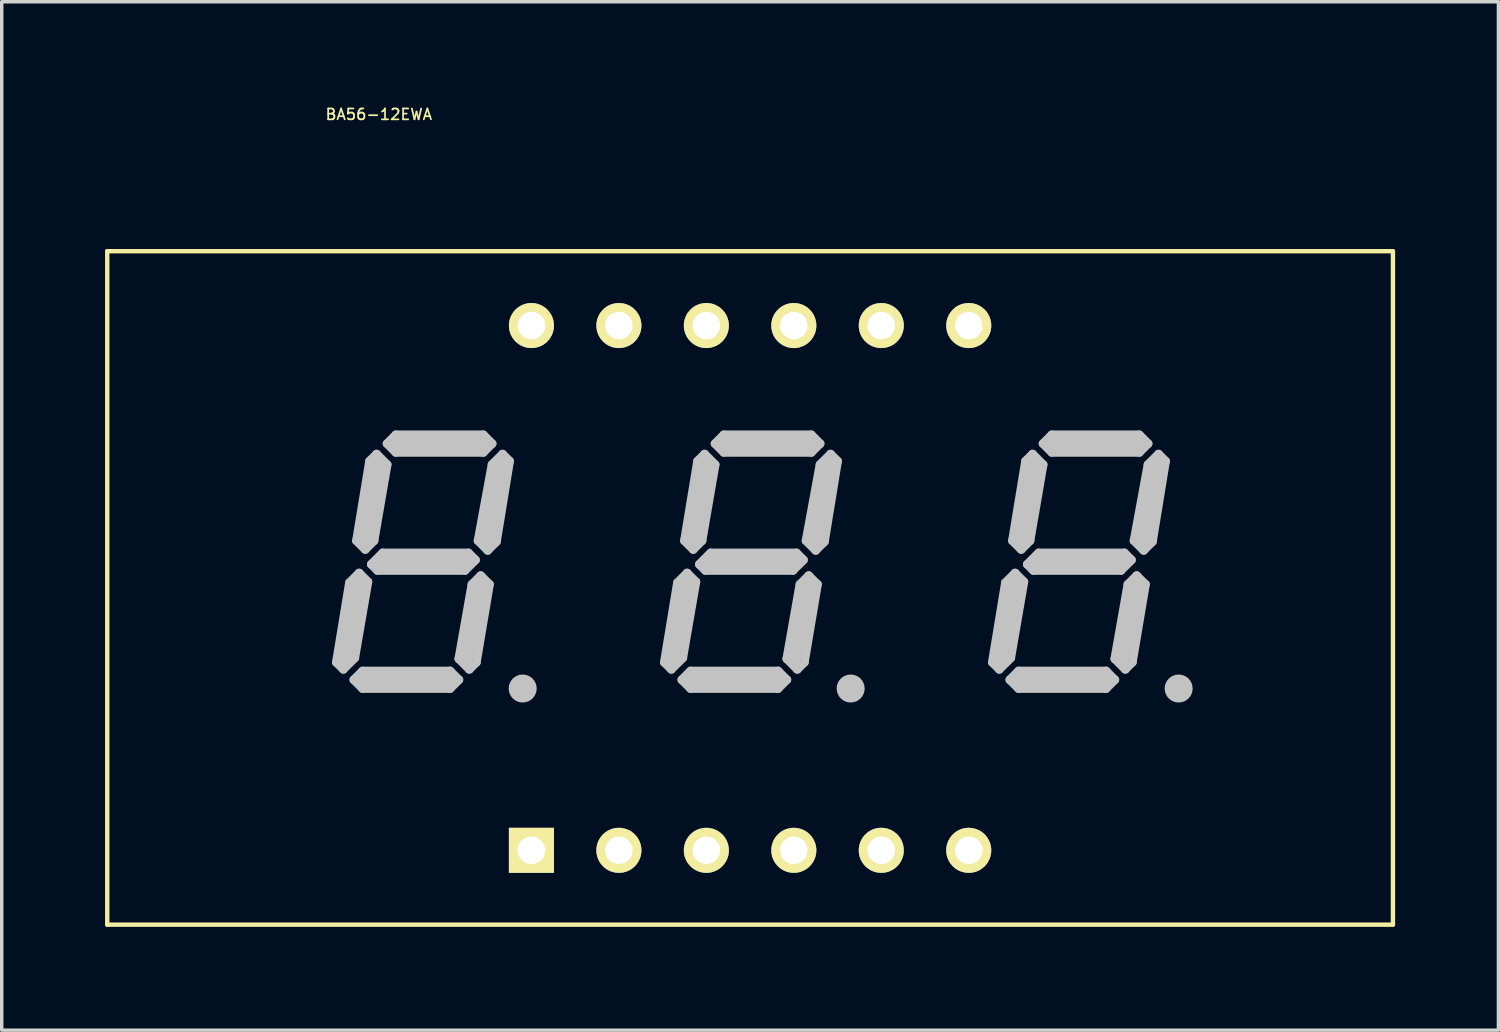
<source format=kicad_pcb>
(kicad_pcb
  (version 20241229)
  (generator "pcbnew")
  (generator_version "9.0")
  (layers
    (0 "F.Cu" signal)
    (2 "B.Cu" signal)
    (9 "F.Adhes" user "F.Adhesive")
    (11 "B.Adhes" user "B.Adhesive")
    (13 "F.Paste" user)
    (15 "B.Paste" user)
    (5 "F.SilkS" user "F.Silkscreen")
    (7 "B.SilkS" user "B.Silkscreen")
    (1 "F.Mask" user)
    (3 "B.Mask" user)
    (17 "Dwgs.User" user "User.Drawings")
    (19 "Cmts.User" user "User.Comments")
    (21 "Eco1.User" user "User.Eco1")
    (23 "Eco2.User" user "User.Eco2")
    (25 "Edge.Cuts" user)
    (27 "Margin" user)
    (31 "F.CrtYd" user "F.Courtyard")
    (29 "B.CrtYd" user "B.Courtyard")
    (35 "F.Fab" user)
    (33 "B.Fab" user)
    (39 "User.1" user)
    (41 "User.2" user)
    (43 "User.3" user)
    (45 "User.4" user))
  (footprint "BA56-12EWA"
    (layer "F.Cu")
    (at 18.733 14.024)
    (property "Reference" "BA56-12EWA" (at -10.782 -13.752 0) (layer "F.SilkS") (effects (font (size 0.315 0.315) (thickness 0.05))))
    (attr through_hole)
    (fp_line (start -18.669 -9.779) (end 18.669 -9.779) (stroke (width 0.127) (type solid)) (layer "F.SilkS"))
    (fp_line (start -18.669 9.779) (end -18.669 -9.779) (stroke (width 0.127) (type solid)) (layer "F.SilkS"))
    (fp_line (start 18.669 -9.779) (end 18.669 9.779) (stroke (width 0.127) (type solid)) (layer "F.SilkS"))
    (fp_line (start 18.669 9.779) (end -18.669 9.779) (stroke (width 0.127) (type solid)) (layer "F.SilkS"))
    (fp_line (start -12.014 2.159) (end -11.811 2.362) (stroke (width 0.254) (type solid)) (layer "Dwgs.User"))
    (fp_line (start -11.811 2.159) (end -11.43 -0.127) (stroke (width 0.406) (type solid)) (layer "Dwgs.User"))
    (fp_line (start -11.811 2.362) (end -11.481 2.032) (stroke (width 0.254) (type solid)) (layer "Dwgs.User"))
    (fp_line (start -11.633 -0.152) (end -12.014 2.159) (stroke (width 0.254) (type solid)) (layer "Dwgs.User"))
    (fp_line (start -11.506 2.667) (end -11.252 2.413) (stroke (width 0.254) (type solid)) (layer "Dwgs.User"))
    (fp_line (start -11.481 2.032) (end -11.1 -0.178) (stroke (width 0.254) (type solid)) (layer "Dwgs.User"))
    (fp_line (start -11.43 -1.372) (end -11.049 -3.683) (stroke (width 0.254) (type solid)) (layer "Dwgs.User"))
    (fp_line (start -11.354 -0.432) (end -11.633 -0.152) (stroke (width 0.254) (type solid)) (layer "Dwgs.User"))
    (fp_line (start -11.354 -0.432) (end -11.1 -0.178) (stroke (width 0.254) (type solid)) (layer "Dwgs.User"))
    (fp_line (start -11.252 2.413) (end -8.712 2.413) (stroke (width 0.254) (type solid)) (layer "Dwgs.User"))
    (fp_line (start -11.252 2.921) (end -11.506 2.667) (stroke (width 0.254) (type solid)) (layer "Dwgs.User"))
    (fp_line (start -11.176 -1.118) (end -11.43 -1.372) (stroke (width 0.254) (type solid)) (layer "Dwgs.User"))
    (fp_line (start -11.049 -3.683) (end -10.846 -3.886) (stroke (width 0.254) (type solid)) (layer "Dwgs.User"))
    (fp_line (start -10.998 -0.686) (end -10.668 -1.016) (stroke (width 0.254) (type solid)) (layer "Dwgs.User"))
    (fp_line (start -10.922 -1.372) (end -11.176 -1.118) (stroke (width 0.254) (type solid)) (layer "Dwgs.User"))
    (fp_line (start -10.846 -3.886) (end -10.541 -3.581) (stroke (width 0.254) (type solid)) (layer "Dwgs.User"))
    (fp_line (start -10.82 -0.508) (end -10.998 -0.686) (stroke (width 0.254) (type solid)) (layer "Dwgs.User"))
    (fp_line (start -10.795 -3.556) (end -11.176 -1.397) (stroke (width 0.406) (type solid)) (layer "Dwgs.User"))
    (fp_line (start -10.795 -0.762) (end -8.255 -0.762) (stroke (width 0.406) (type solid)) (layer "Dwgs.User"))
    (fp_line (start -10.668 -1.016) (end -8.179 -1.016) (stroke (width 0.254) (type solid)) (layer "Dwgs.User"))
    (fp_line (start -10.541 -4.191) (end -10.287 -4.445) (stroke (width 0.254) (type solid)) (layer "Dwgs.User"))
    (fp_line (start -10.541 -3.581) (end -10.922 -1.372) (stroke (width 0.254) (type solid)) (layer "Dwgs.User"))
    (fp_line (start -10.287 -4.445) (end -7.747 -4.445) (stroke (width 0.254) (type solid)) (layer "Dwgs.User"))
    (fp_line (start -10.287 -3.937) (end -10.541 -4.191) (stroke (width 0.254) (type solid)) (layer "Dwgs.User"))
    (fp_line (start -8.763 2.667) (end -11.176 2.667) (stroke (width 0.406) (type solid)) (layer "Dwgs.User"))
    (fp_line (start -8.712 2.413) (end -8.458 2.667) (stroke (width 0.254) (type solid)) (layer "Dwgs.User"))
    (fp_line (start -8.712 2.921) (end -11.252 2.921) (stroke (width 0.254) (type solid)) (layer "Dwgs.User"))
    (fp_line (start -8.458 2.057) (end -8.153 2.362) (stroke (width 0.254) (type solid)) (layer "Dwgs.User"))
    (fp_line (start -8.458 2.667) (end -8.712 2.921) (stroke (width 0.254) (type solid)) (layer "Dwgs.User"))
    (fp_line (start -8.28 -0.508) (end -10.82 -0.508) (stroke (width 0.254) (type solid)) (layer "Dwgs.User"))
    (fp_line (start -8.179 -1.016) (end -7.976 -0.813) (stroke (width 0.254) (type solid)) (layer "Dwgs.User"))
    (fp_line (start -8.153 2.362) (end -7.95 2.159) (stroke (width 0.254) (type solid)) (layer "Dwgs.User"))
    (fp_line (start -8.077 -0.102) (end -8.458 2.057) (stroke (width 0.254) (type solid)) (layer "Dwgs.User"))
    (fp_line (start -7.976 -0.813) (end -8.28 -0.508) (stroke (width 0.254) (type solid)) (layer "Dwgs.User"))
    (fp_line (start -7.95 2.159) (end -7.569 -0.102) (stroke (width 0.254) (type solid)) (layer "Dwgs.User"))
    (fp_line (start -7.899 -1.372) (end -7.62 -1.092) (stroke (width 0.254) (type solid)) (layer "Dwgs.User"))
    (fp_line (start -7.874 0) (end -8.255 2.032) (stroke (width 0.406) (type solid)) (layer "Dwgs.User"))
    (fp_line (start -7.823 -0.356) (end -8.077 -0.102) (stroke (width 0.254) (type solid)) (layer "Dwgs.User"))
    (fp_line (start -7.747 -4.445) (end -7.493 -4.191) (stroke (width 0.254) (type solid)) (layer "Dwgs.User"))
    (fp_line (start -7.747 -4.191) (end -10.287 -4.191) (stroke (width 0.406) (type solid)) (layer "Dwgs.User"))
    (fp_line (start -7.747 -3.937) (end -10.287 -3.937) (stroke (width 0.254) (type solid)) (layer "Dwgs.User"))
    (fp_line (start -7.62 -1.092) (end -7.366 -1.346) (stroke (width 0.254) (type solid)) (layer "Dwgs.User"))
    (fp_line (start -7.569 -0.102) (end -7.823 -0.356) (stroke (width 0.254) (type solid)) (layer "Dwgs.User"))
    (fp_line (start -7.493 -4.191) (end -7.747 -3.937) (stroke (width 0.254) (type solid)) (layer "Dwgs.User"))
    (fp_line (start -7.493 -3.581) (end -7.899 -1.372) (stroke (width 0.254) (type solid)) (layer "Dwgs.User"))
    (fp_line (start -7.366 -1.346) (end -6.985 -3.683) (stroke (width 0.254) (type solid)) (layer "Dwgs.User"))
    (fp_line (start -7.239 -3.556) (end -7.62 -1.397) (stroke (width 0.406) (type solid)) (layer "Dwgs.User"))
    (fp_line (start -7.188 -3.886) (end -7.493 -3.581) (stroke (width 0.254) (type solid)) (layer "Dwgs.User"))
    (fp_line (start -6.985 -3.683) (end -7.188 -3.886) (stroke (width 0.254) (type solid)) (layer "Dwgs.User"))
    (fp_line (start -6.731 2.921) (end -6.477 2.921) (stroke (width 0.305) (type solid)) (layer "Dwgs.User"))
    (fp_line (start -2.489 2.159) (end -2.286 2.362) (stroke (width 0.254) (type solid)) (layer "Dwgs.User"))
    (fp_line (start -2.286 2.159) (end -1.905 -0.127) (stroke (width 0.406) (type solid)) (layer "Dwgs.User"))
    (fp_line (start -2.286 2.362) (end -1.956 2.032) (stroke (width 0.254) (type solid)) (layer "Dwgs.User"))
    (fp_line (start -2.108 -0.152) (end -2.489 2.159) (stroke (width 0.254) (type solid)) (layer "Dwgs.User"))
    (fp_line (start -1.981 2.667) (end -1.727 2.413) (stroke (width 0.254) (type solid)) (layer "Dwgs.User"))
    (fp_line (start -1.956 2.032) (end -1.575 -0.178) (stroke (width 0.254) (type solid)) (layer "Dwgs.User"))
    (fp_line (start -1.905 -1.372) (end -1.524 -3.683) (stroke (width 0.254) (type solid)) (layer "Dwgs.User"))
    (fp_line (start -1.829 -0.432) (end -2.108 -0.152) (stroke (width 0.254) (type solid)) (layer "Dwgs.User"))
    (fp_line (start -1.829 -0.432) (end -1.575 -0.178) (stroke (width 0.254) (type solid)) (layer "Dwgs.User"))
    (fp_line (start -1.727 2.413) (end 0.813 2.413) (stroke (width 0.254) (type solid)) (layer "Dwgs.User"))
    (fp_line (start -1.727 2.921) (end -1.981 2.667) (stroke (width 0.254) (type solid)) (layer "Dwgs.User"))
    (fp_line (start -1.651 -1.118) (end -1.905 -1.372) (stroke (width 0.254) (type solid)) (layer "Dwgs.User"))
    (fp_line (start -1.524 -3.683) (end -1.321 -3.886) (stroke (width 0.254) (type solid)) (layer "Dwgs.User"))
    (fp_line (start -1.473 -0.686) (end -1.143 -1.016) (stroke (width 0.254) (type solid)) (layer "Dwgs.User"))
    (fp_line (start -1.397 -1.372) (end -1.651 -1.118) (stroke (width 0.254) (type solid)) (layer "Dwgs.User"))
    (fp_line (start -1.321 -3.886) (end -1.016 -3.581) (stroke (width 0.254) (type solid)) (layer "Dwgs.User"))
    (fp_line (start -1.295 -0.508) (end -1.473 -0.686) (stroke (width 0.254) (type solid)) (layer "Dwgs.User"))
    (fp_line (start -1.27 -3.556) (end -1.651 -1.397) (stroke (width 0.406) (type solid)) (layer "Dwgs.User"))
    (fp_line (start -1.27 -0.762) (end 1.27 -0.762) (stroke (width 0.406) (type solid)) (layer "Dwgs.User"))
    (fp_line (start -1.143 -1.016) (end 1.346 -1.016) (stroke (width 0.254) (type solid)) (layer "Dwgs.User"))
    (fp_line (start -1.016 -4.191) (end -0.762 -4.445) (stroke (width 0.254) (type solid)) (layer "Dwgs.User"))
    (fp_line (start -1.016 -3.581) (end -1.397 -1.372) (stroke (width 0.254) (type solid)) (layer "Dwgs.User"))
    (fp_line (start -0.762 -4.445) (end 1.778 -4.445) (stroke (width 0.254) (type solid)) (layer "Dwgs.User"))
    (fp_line (start -0.762 -3.937) (end -1.016 -4.191) (stroke (width 0.254) (type solid)) (layer "Dwgs.User"))
    (fp_line (start 0.762 2.667) (end -1.651 2.667) (stroke (width 0.406) (type solid)) (layer "Dwgs.User"))
    (fp_line (start 0.813 2.413) (end 1.067 2.667) (stroke (width 0.254) (type solid)) (layer "Dwgs.User"))
    (fp_line (start 0.813 2.921) (end -1.727 2.921) (stroke (width 0.254) (type solid)) (layer "Dwgs.User"))
    (fp_line (start 1.067 2.057) (end 1.372 2.362) (stroke (width 0.254) (type solid)) (layer "Dwgs.User"))
    (fp_line (start 1.067 2.667) (end 0.813 2.921) (stroke (width 0.254) (type solid)) (layer "Dwgs.User"))
    (fp_line (start 1.245 -0.508) (end -1.295 -0.508) (stroke (width 0.254) (type solid)) (layer "Dwgs.User"))
    (fp_line (start 1.346 -1.016) (end 1.549 -0.813) (stroke (width 0.254) (type solid)) (layer "Dwgs.User"))
    (fp_line (start 1.372 2.362) (end 1.575 2.159) (stroke (width 0.254) (type solid)) (layer "Dwgs.User"))
    (fp_line (start 1.448 -0.102) (end 1.067 2.057) (stroke (width 0.254) (type solid)) (layer "Dwgs.User"))
    (fp_line (start 1.549 -0.813) (end 1.245 -0.508) (stroke (width 0.254) (type solid)) (layer "Dwgs.User"))
    (fp_line (start 1.575 2.159) (end 1.956 -0.102) (stroke (width 0.254) (type solid)) (layer "Dwgs.User"))
    (fp_line (start 1.626 -1.372) (end 1.905 -1.092) (stroke (width 0.254) (type solid)) (layer "Dwgs.User"))
    (fp_line (start 1.651 0) (end 1.27 2.032) (stroke (width 0.406) (type solid)) (layer "Dwgs.User"))
    (fp_line (start 1.702 -0.356) (end 1.448 -0.102) (stroke (width 0.254) (type solid)) (layer "Dwgs.User"))
    (fp_line (start 1.778 -4.445) (end 2.032 -4.191) (stroke (width 0.254) (type solid)) (layer "Dwgs.User"))
    (fp_line (start 1.778 -4.191) (end -0.762 -4.191) (stroke (width 0.406) (type solid)) (layer "Dwgs.User"))
    (fp_line (start 1.778 -3.937) (end -0.762 -3.937) (stroke (width 0.254) (type solid)) (layer "Dwgs.User"))
    (fp_line (start 1.905 -1.092) (end 2.159 -1.346) (stroke (width 0.254) (type solid)) (layer "Dwgs.User"))
    (fp_line (start 1.956 -0.102) (end 1.702 -0.356) (stroke (width 0.254) (type solid)) (layer "Dwgs.User"))
    (fp_line (start 2.032 -4.191) (end 1.778 -3.937) (stroke (width 0.254) (type solid)) (layer "Dwgs.User"))
    (fp_line (start 2.032 -3.581) (end 1.626 -1.372) (stroke (width 0.254) (type solid)) (layer "Dwgs.User"))
    (fp_line (start 2.159 -1.346) (end 2.54 -3.683) (stroke (width 0.254) (type solid)) (layer "Dwgs.User"))
    (fp_line (start 2.286 -3.556) (end 1.905 -1.397) (stroke (width 0.406) (type solid)) (layer "Dwgs.User"))
    (fp_line (start 2.337 -3.886) (end 2.032 -3.581) (stroke (width 0.254) (type solid)) (layer "Dwgs.User"))
    (fp_line (start 2.54 -3.683) (end 2.337 -3.886) (stroke (width 0.254) (type solid)) (layer "Dwgs.User"))
    (fp_line (start 2.794 2.921) (end 3.048 2.921) (stroke (width 0.305) (type solid)) (layer "Dwgs.User"))
    (fp_line (start 7.036 2.159) (end 7.239 2.362) (stroke (width 0.254) (type solid)) (layer "Dwgs.User"))
    (fp_line (start 7.239 2.159) (end 7.62 -0.127) (stroke (width 0.406) (type solid)) (layer "Dwgs.User"))
    (fp_line (start 7.239 2.362) (end 7.569 2.032) (stroke (width 0.254) (type solid)) (layer "Dwgs.User"))
    (fp_line (start 7.417 -0.152) (end 7.036 2.159) (stroke (width 0.254) (type solid)) (layer "Dwgs.User"))
    (fp_line (start 7.544 2.667) (end 7.798 2.413) (stroke (width 0.254) (type solid)) (layer "Dwgs.User"))
    (fp_line (start 7.569 2.032) (end 7.95 -0.178) (stroke (width 0.254) (type solid)) (layer "Dwgs.User"))
    (fp_line (start 7.62 -1.372) (end 8.001 -3.683) (stroke (width 0.254) (type solid)) (layer "Dwgs.User"))
    (fp_line (start 7.696 -0.432) (end 7.417 -0.152) (stroke (width 0.254) (type solid)) (layer "Dwgs.User"))
    (fp_line (start 7.696 -0.432) (end 7.95 -0.178) (stroke (width 0.254) (type solid)) (layer "Dwgs.User"))
    (fp_line (start 7.798 2.413) (end 10.338 2.413) (stroke (width 0.254) (type solid)) (layer "Dwgs.User"))
    (fp_line (start 7.798 2.921) (end 7.544 2.667) (stroke (width 0.254) (type solid)) (layer "Dwgs.User"))
    (fp_line (start 7.874 -1.118) (end 7.62 -1.372) (stroke (width 0.254) (type solid)) (layer "Dwgs.User"))
    (fp_line (start 8.001 -3.683) (end 8.204 -3.886) (stroke (width 0.254) (type solid)) (layer "Dwgs.User"))
    (fp_line (start 8.052 -0.686) (end 8.382 -1.016) (stroke (width 0.254) (type solid)) (layer "Dwgs.User"))
    (fp_line (start 8.128 -1.372) (end 7.874 -1.118) (stroke (width 0.254) (type solid)) (layer "Dwgs.User"))
    (fp_line (start 8.204 -3.886) (end 8.509 -3.581) (stroke (width 0.254) (type solid)) (layer "Dwgs.User"))
    (fp_line (start 8.23 -0.508) (end 8.052 -0.686) (stroke (width 0.254) (type solid)) (layer "Dwgs.User"))
    (fp_line (start 8.255 -3.556) (end 7.874 -1.397) (stroke (width 0.406) (type solid)) (layer "Dwgs.User"))
    (fp_line (start 8.255 -0.762) (end 10.795 -0.762) (stroke (width 0.406) (type solid)) (layer "Dwgs.User"))
    (fp_line (start 8.382 -1.016) (end 10.871 -1.016) (stroke (width 0.254) (type solid)) (layer "Dwgs.User"))
    (fp_line (start 8.509 -4.191) (end 8.763 -4.445) (stroke (width 0.254) (type solid)) (layer "Dwgs.User"))
    (fp_line (start 8.509 -3.581) (end 8.128 -1.372) (stroke (width 0.254) (type solid)) (layer "Dwgs.User"))
    (fp_line (start 8.763 -4.445) (end 11.303 -4.445) (stroke (width 0.254) (type solid)) (layer "Dwgs.User"))
    (fp_line (start 8.763 -3.937) (end 8.509 -4.191) (stroke (width 0.254) (type solid)) (layer "Dwgs.User"))
    (fp_line (start 10.287 2.667) (end 7.874 2.667) (stroke (width 0.406) (type solid)) (layer "Dwgs.User"))
    (fp_line (start 10.338 2.413) (end 10.592 2.667) (stroke (width 0.254) (type solid)) (layer "Dwgs.User"))
    (fp_line (start 10.338 2.921) (end 7.798 2.921) (stroke (width 0.254) (type solid)) (layer "Dwgs.User"))
    (fp_line (start 10.592 2.057) (end 10.897 2.362) (stroke (width 0.254) (type solid)) (layer "Dwgs.User"))
    (fp_line (start 10.592 2.667) (end 10.338 2.921) (stroke (width 0.254) (type solid)) (layer "Dwgs.User"))
    (fp_line (start 10.77 -0.508) (end 8.23 -0.508) (stroke (width 0.254) (type solid)) (layer "Dwgs.User"))
    (fp_line (start 10.871 -1.016) (end 11.074 -0.813) (stroke (width 0.254) (type solid)) (layer "Dwgs.User"))
    (fp_line (start 10.897 2.362) (end 11.1 2.159) (stroke (width 0.254) (type solid)) (layer "Dwgs.User"))
    (fp_line (start 10.973 -0.102) (end 10.592 2.057) (stroke (width 0.254) (type solid)) (layer "Dwgs.User"))
    (fp_line (start 11.074 -0.813) (end 10.77 -0.508) (stroke (width 0.254) (type solid)) (layer "Dwgs.User"))
    (fp_line (start 11.1 2.159) (end 11.481 -0.102) (stroke (width 0.254) (type solid)) (layer "Dwgs.User"))
    (fp_line (start 11.151 -1.372) (end 11.43 -1.092) (stroke (width 0.254) (type solid)) (layer "Dwgs.User"))
    (fp_line (start 11.176 0) (end 10.795 2.032) (stroke (width 0.406) (type solid)) (layer "Dwgs.User"))
    (fp_line (start 11.227 -0.356) (end 10.973 -0.102) (stroke (width 0.254) (type solid)) (layer "Dwgs.User"))
    (fp_line (start 11.303 -4.445) (end 11.557 -4.191) (stroke (width 0.254) (type solid)) (layer "Dwgs.User"))
    (fp_line (start 11.303 -4.191) (end 8.763 -4.191) (stroke (width 0.406) (type solid)) (layer "Dwgs.User"))
    (fp_line (start 11.303 -3.937) (end 8.763 -3.937) (stroke (width 0.254) (type solid)) (layer "Dwgs.User"))
    (fp_line (start 11.43 -1.092) (end 11.684 -1.346) (stroke (width 0.254) (type solid)) (layer "Dwgs.User"))
    (fp_line (start 11.481 -0.102) (end 11.227 -0.356) (stroke (width 0.254) (type solid)) (layer "Dwgs.User"))
    (fp_line (start 11.557 -4.191) (end 11.303 -3.937) (stroke (width 0.254) (type solid)) (layer "Dwgs.User"))
    (fp_line (start 11.557 -3.581) (end 11.151 -1.372) (stroke (width 0.254) (type solid)) (layer "Dwgs.User"))
    (fp_line (start 11.684 -1.346) (end 12.065 -3.683) (stroke (width 0.254) (type solid)) (layer "Dwgs.User"))
    (fp_line (start 11.811 -3.556) (end 11.43 -1.397) (stroke (width 0.406) (type solid)) (layer "Dwgs.User"))
    (fp_line (start 11.862 -3.886) (end 11.557 -3.581) (stroke (width 0.254) (type solid)) (layer "Dwgs.User"))
    (fp_line (start 12.065 -3.683) (end 11.862 -3.886) (stroke (width 0.254) (type solid)) (layer "Dwgs.User"))
    (fp_line (start 12.319 2.921) (end 12.573 2.921) (stroke (width 0.305) (type solid)) (layer "Dwgs.User"))
    (fp_circle (center -6.604 2.921) (end -6.35 2.921) (stroke (width 0.305) (type solid)) (fill no) (layer "Dwgs.User"))
    (fp_circle (center 2.921 2.921) (end 3.175 2.921) (stroke (width 0.305) (type solid)) (fill no) (layer "Dwgs.User"))
    (fp_circle (center 12.446 2.921) (end 12.7 2.921) (stroke (width 0.305) (type solid)) (fill no) (layer "Dwgs.User"))
    (pad "P$1" thru_hole rect (at -6.35 7.62) (size 1.308 1.308) (drill 0.8) (layers "*.Cu" "*.Mask" "F.SilkS"))
    (pad "P$2" thru_hole circle (at -3.81 7.62) (size 1.308 1.308) (drill 0.8) (layers "*.Cu" "*.Mask" "F.SilkS"))
    (pad "P$3" thru_hole circle (at -1.27 7.62) (size 1.308 1.308) (drill 0.8) (layers "*.Cu" "*.Mask" "F.SilkS"))
    (pad "P$4" thru_hole circle (at 1.27 7.62) (size 1.308 1.308) (drill 0.8) (layers "*.Cu" "*.Mask" "F.SilkS"))
    (pad "P$5" thru_hole circle (at 3.81 7.62) (size 1.308 1.308) (drill 0.8) (layers "*.Cu" "*.Mask" "F.SilkS"))
    (pad "P$6" thru_hole circle (at 6.35 7.62) (size 1.308 1.308) (drill 0.8) (layers "*.Cu" "*.Mask" "F.SilkS"))
    (pad "P$7" thru_hole circle (at 6.35 -7.62) (size 1.308 1.308) (drill 0.8) (layers "*.Cu" "*.Mask" "F.SilkS"))
    (pad "P$8" thru_hole circle (at 3.81 -7.62) (size 1.308 1.308) (drill 0.8) (layers "*.Cu" "*.Mask" "F.SilkS"))
    (pad "P$9" thru_hole circle (at 1.27 -7.62) (size 1.308 1.308) (drill 0.8) (layers "*.Cu" "*.Mask" "F.SilkS"))
    (pad "P$10" thru_hole circle (at -1.27 -7.62) (size 1.308 1.308) (drill 0.8) (layers "*.Cu" "*.Mask" "F.SilkS"))
    (pad "P$11" thru_hole circle (at -3.81 -7.62) (size 1.308 1.308) (drill 0.8) (layers "*.Cu" "*.Mask" "F.SilkS"))
    (pad "P$12" thru_hole circle (at -6.35 -7.62) (size 1.308 1.308) (drill 0.8) (layers "*.Cu" "*.Mask" "F.SilkS")))
  (gr_rect
    (start -3 -3)
    (end 40.465 26.867)
    (stroke (width 0.1) (type default))
    (fill no)
    (layer "Edge.Cuts")))
</source>
